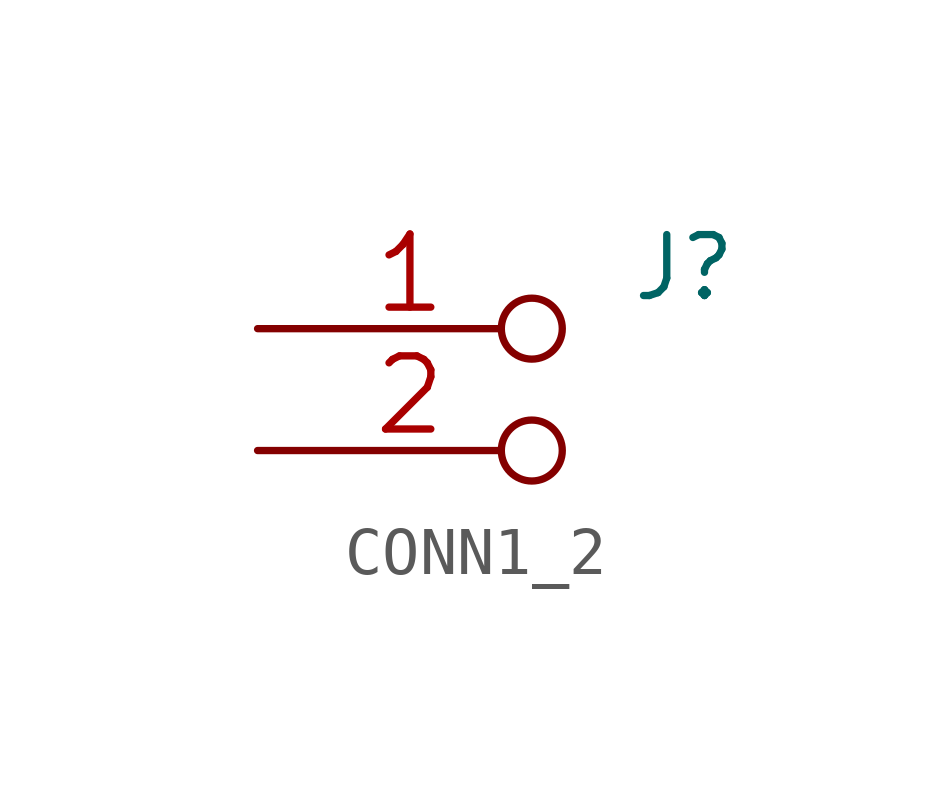
<source format=kicad_sym>
(kicad_symbol_lib
  (version 20211014)
  (generator kicad_symbol_editor)
  (symbol "CONN1_2"
    (pin_names
      (offset 1.016) hide)
    (property "Reference" "J"
      (at 1.27 2.54 0)
      (effects (font (size 1.27 1.27))))
    (property "Footprint" ""
      (at 1.27 -1.27 0)
      (effects (font (size 1.524 1.524))))
    (property "Datasheet" ""
      (at 1.27 -1.27 0)
      (effects (font (size 1.524 1.524))))
    (symbol "CONN1_2_1_1"
      (pin passive inverted (at -7.62 1.27 0) (length 6.35) (name "P1" (effects (font (size 1.524 1.524)))) (number "1" (effects (font (size 1.524 1.524)))))
      (pin passive inverted (at -7.62 -1.27 0) (length 6.35) (name "PM" (effects (font (size 1.524 1.524)))) (number "2" (effects (font (size 1.524 1.524))))))))
</source>
